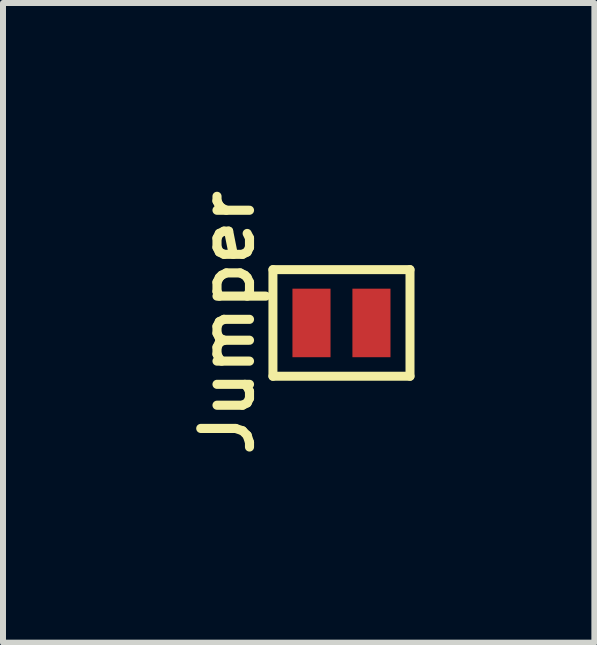
<source format=kicad_pcb>
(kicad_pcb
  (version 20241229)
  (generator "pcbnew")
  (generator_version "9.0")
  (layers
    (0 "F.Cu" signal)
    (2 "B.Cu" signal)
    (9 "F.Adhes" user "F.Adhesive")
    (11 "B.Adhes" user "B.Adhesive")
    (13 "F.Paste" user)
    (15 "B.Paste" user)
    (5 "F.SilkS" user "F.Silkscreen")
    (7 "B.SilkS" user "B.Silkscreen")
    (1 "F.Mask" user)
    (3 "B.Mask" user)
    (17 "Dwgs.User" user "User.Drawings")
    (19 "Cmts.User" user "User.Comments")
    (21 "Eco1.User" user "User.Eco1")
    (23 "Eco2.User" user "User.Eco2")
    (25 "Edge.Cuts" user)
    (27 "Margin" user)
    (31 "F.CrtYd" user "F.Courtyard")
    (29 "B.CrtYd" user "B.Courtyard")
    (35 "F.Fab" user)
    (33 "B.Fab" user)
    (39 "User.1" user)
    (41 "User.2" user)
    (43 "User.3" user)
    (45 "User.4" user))
  (footprint "Jumper"
    (layer "F.Cu")
    (at 2.645 2.336)
    (property "Reference" "Jumper" (at -1.902 -0.002 90) (layer "F.SilkS") (effects (font (size 0.813 0.813) (thickness 0.152))))
    (attr smd)
    (fp_line (start -1.143 -0.889) (end 1.143 -0.889) (stroke (width 0.15) (type solid)) (layer "F.SilkS"))
    (fp_line (start -1.143 0.889) (end -1.143 -0.889) (stroke (width 0.15) (type solid)) (layer "F.SilkS"))
    (fp_line (start 1.143 -0.889) (end 1.143 0.889) (stroke (width 0.15) (type solid)) (layer "F.SilkS"))
    (fp_line (start 1.143 0.889) (end -1.143 0.889) (stroke (width 0.15) (type solid)) (layer "F.SilkS"))
    (pad "1" smd rect (at -0.5 0) (size 0.635 1.143) (layers "F.Cu" "F.Mask" "F.Paste"))
    (pad "2" smd rect (at 0.5 0) (size 0.635 1.143) (layers "F.Cu" "F.Mask" "F.Paste")))
  (gr_rect
    (start -3 -3)
    (end 6.863 7.668)
    (stroke (width 0.1) (type default))
    (fill no)
    (layer "Edge.Cuts")))
</source>
